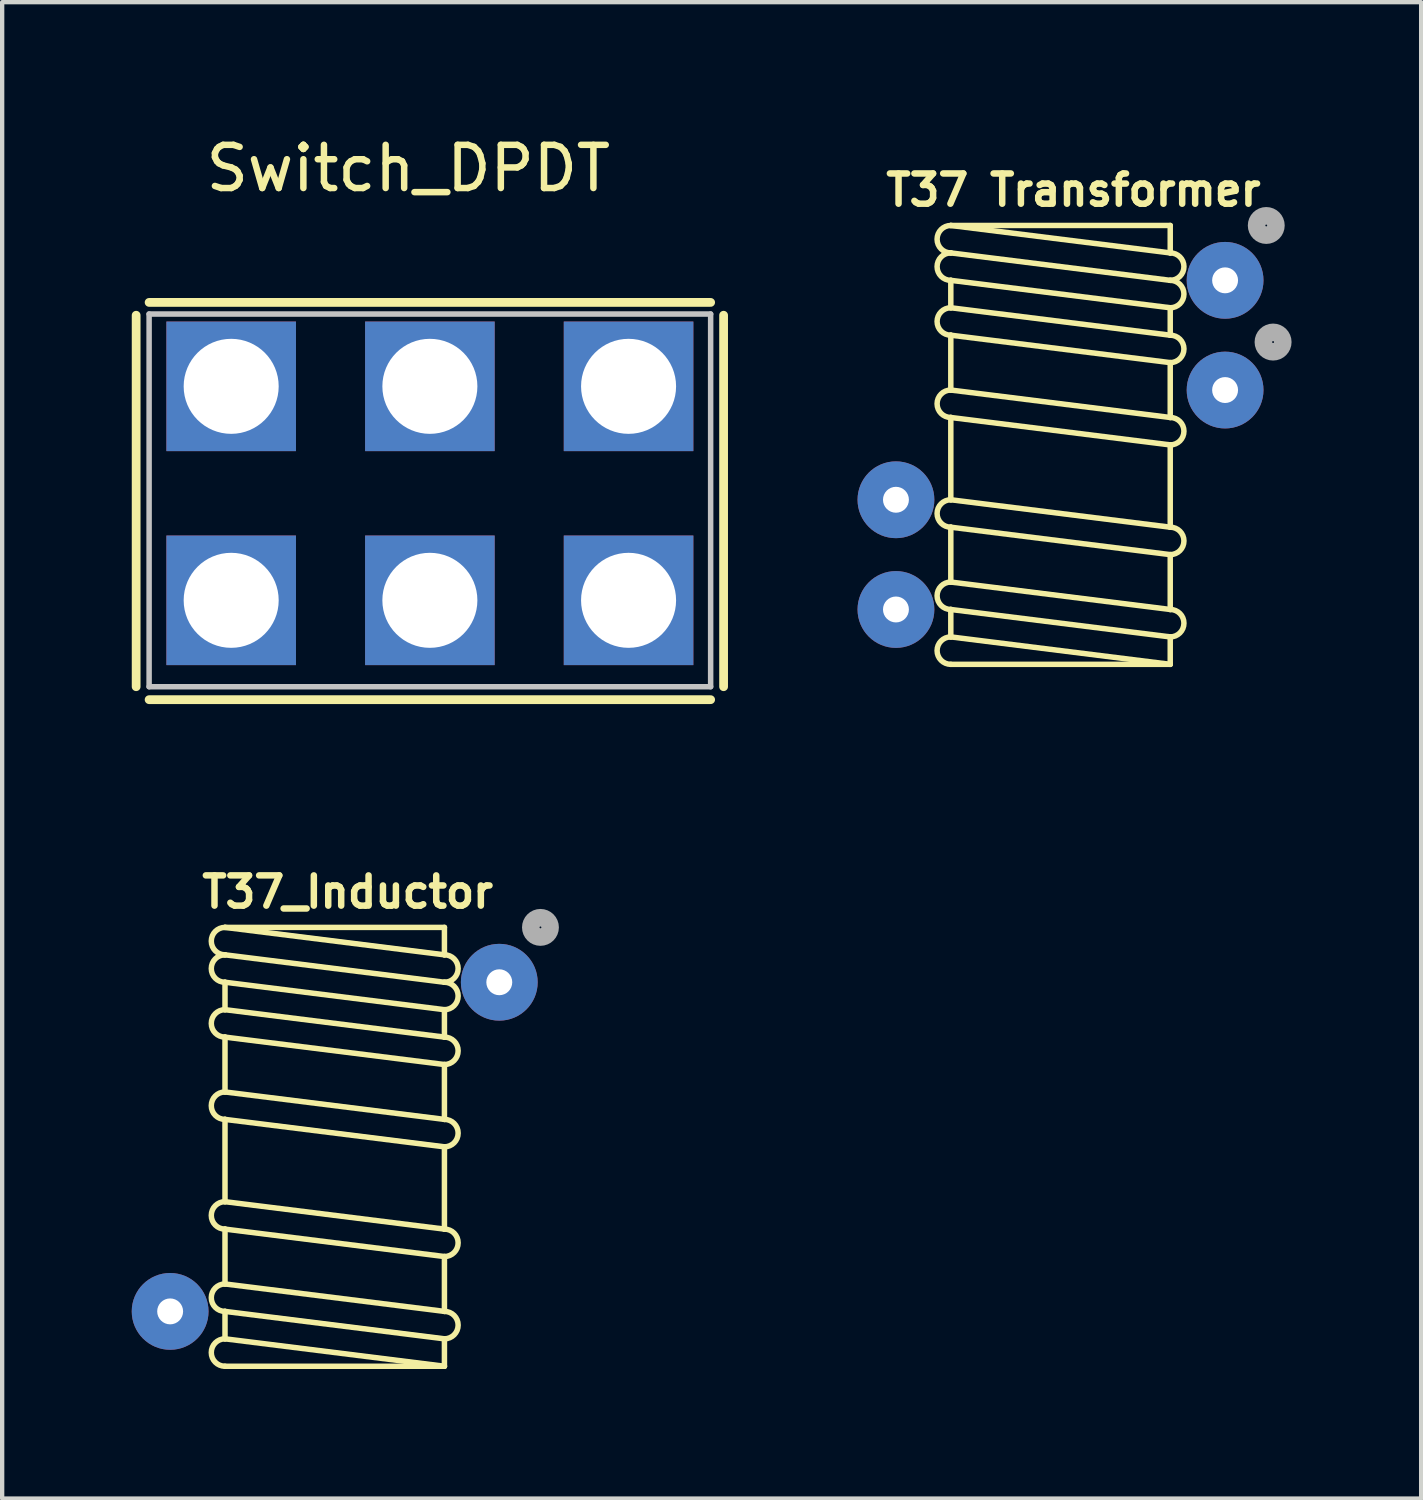
<source format=kicad_pcb>
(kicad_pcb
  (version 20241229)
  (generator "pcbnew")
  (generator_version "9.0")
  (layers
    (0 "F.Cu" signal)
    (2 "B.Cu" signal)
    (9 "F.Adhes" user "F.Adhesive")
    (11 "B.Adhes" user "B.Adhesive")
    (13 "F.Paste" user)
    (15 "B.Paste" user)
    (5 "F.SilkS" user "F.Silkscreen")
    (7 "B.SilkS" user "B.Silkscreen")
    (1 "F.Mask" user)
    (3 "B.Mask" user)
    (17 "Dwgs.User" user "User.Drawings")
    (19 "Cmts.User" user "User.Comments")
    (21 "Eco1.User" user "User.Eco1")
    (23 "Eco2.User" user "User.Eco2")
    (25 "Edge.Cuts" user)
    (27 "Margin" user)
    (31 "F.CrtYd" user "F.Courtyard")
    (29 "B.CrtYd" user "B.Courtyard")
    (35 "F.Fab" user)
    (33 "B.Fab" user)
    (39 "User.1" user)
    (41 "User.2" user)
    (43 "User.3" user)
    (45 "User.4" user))
  (footprint "T37 Transformer"
    (layer "F.Cu")
    (at 21.502 0.25)
    (property "Reference" "T37 Transformer" (at 0.3 1.1 0) (layer "F.SilkS") (effects (font (size 0.7 0.7) (thickness 0.15))))
    (attr through_hole)
    (fp_line (start -2.54 1.92) (end 2.54 2.555) (stroke (width 0.127) (type solid)) (layer "F.SilkS"))
    (fp_line (start -2.54 2.555) (end 2.54 3.19) (stroke (width 0.127) (type solid)) (layer "F.SilkS"))
    (fp_line (start -2.54 3.19) (end -2.54 3.825) (stroke (width 0.127) (type solid)) (layer "F.SilkS"))
    (fp_line (start -2.54 3.19) (end 2.54 3.825) (stroke (width 0.127) (type solid)) (layer "F.SilkS"))
    (fp_line (start -2.54 3.825) (end 2.54 4.46) (stroke (width 0.127) (type solid)) (layer "F.SilkS"))
    (fp_line (start -2.54 4.46) (end -2.54 5.73) (stroke (width 0.127) (type solid)) (layer "F.SilkS"))
    (fp_line (start -2.54 4.46) (end 2.54 5.095) (stroke (width 0.127) (type solid)) (layer "F.SilkS"))
    (fp_line (start -2.54 5.73) (end 2.54 6.365) (stroke (width 0.127) (type solid)) (layer "F.SilkS"))
    (fp_line (start -2.54 6.365) (end -2.54 8.27) (stroke (width 0.127) (type solid)) (layer "F.SilkS"))
    (fp_line (start -2.54 6.365) (end 2.54 7) (stroke (width 0.127) (type solid)) (layer "F.SilkS"))
    (fp_line (start -2.54 8.27) (end 2.54 8.905) (stroke (width 0.127) (type solid)) (layer "F.SilkS"))
    (fp_line (start -2.54 8.905) (end -2.54 10.175) (stroke (width 0.127) (type solid)) (layer "F.SilkS"))
    (fp_line (start -2.54 8.905) (end 2.54 9.54) (stroke (width 0.127) (type solid)) (layer "F.SilkS"))
    (fp_line (start -2.54 10.175) (end 2.54 10.81) (stroke (width 0.127) (type solid)) (layer "F.SilkS"))
    (fp_line (start -2.54 10.81) (end -2.54 11.445) (stroke (width 0.127) (type solid)) (layer "F.SilkS"))
    (fp_line (start -2.54 10.81) (end 2.54 11.445) (stroke (width 0.127) (type solid)) (layer "F.SilkS"))
    (fp_line (start -2.54 11.445) (end 2.54 12.08) (stroke (width 0.127) (type solid)) (layer "F.SilkS"))
    (fp_line (start -2.54 12.08) (end 2.54 12.08) (stroke (width 0.127) (type solid)) (layer "F.SilkS"))
    (fp_line (start 2.54 1.92) (end -2.54 1.92) (stroke (width 0.127) (type solid)) (layer "F.SilkS"))
    (fp_line (start 2.54 2.555) (end 2.54 1.92) (stroke (width 0.127) (type solid)) (layer "F.SilkS"))
    (fp_line (start 2.54 4.46) (end 2.54 3.825) (stroke (width 0.127) (type solid)) (layer "F.SilkS"))
    (fp_line (start 2.54 6.365) (end 2.54 5.095) (stroke (width 0.127) (type solid)) (layer "F.SilkS"))
    (fp_line (start 2.54 8.905) (end 2.54 7) (stroke (width 0.127) (type solid)) (layer "F.SilkS"))
    (fp_line (start 2.54 10.81) (end 2.54 9.54) (stroke (width 0.127) (type solid)) (layer "F.SilkS"))
    (fp_line (start 2.54 12.08) (end 2.54 11.445) (stroke (width 0.127) (type solid)) (layer "F.SilkS"))
    (fp_arc (start -2.54 2.555) (mid -2.8575 2.2375) (end -2.54 1.92) (stroke (width 0.127) (type solid)) (layer "F.SilkS"))
    (fp_arc (start -2.54 3.19) (mid -2.8575 2.8725) (end -2.54 2.555) (stroke (width 0.127) (type solid)) (layer "F.SilkS"))
    (fp_arc (start -2.54 4.46) (mid -2.8575 4.1425) (end -2.54 3.825) (stroke (width 0.127) (type solid)) (layer "F.SilkS"))
    (fp_arc (start -2.54 6.365) (mid -2.8575 6.0475) (end -2.54 5.73) (stroke (width 0.127) (type solid)) (layer "F.SilkS"))
    (fp_arc (start -2.54 8.905) (mid -2.8575 8.5875) (end -2.54 8.27) (stroke (width 0.127) (type solid)) (layer "F.SilkS"))
    (fp_arc (start -2.54 10.81) (mid -2.8575 10.4925) (end -2.54 10.175) (stroke (width 0.127) (type solid)) (layer "F.SilkS"))
    (fp_arc (start -2.54 12.08) (mid -2.8575 11.7625) (end -2.54 11.445) (stroke (width 0.127) (type solid)) (layer "F.SilkS"))
    (fp_arc (start 2.54 2.555) (mid 2.8575 2.8725) (end 2.54 3.19) (stroke (width 0.127) (type solid)) (layer "F.SilkS"))
    (fp_arc (start 2.54 3.19) (mid 2.8575 3.5075) (end 2.54 3.825) (stroke (width 0.127) (type solid)) (layer "F.SilkS"))
    (fp_arc (start 2.54 4.46) (mid 2.8575 4.7775) (end 2.54 5.095) (stroke (width 0.127) (type solid)) (layer "F.SilkS"))
    (fp_arc (start 2.54 6.365) (mid 2.8575 6.6825) (end 2.54 7) (stroke (width 0.127) (type solid)) (layer "F.SilkS"))
    (fp_arc (start 2.54 8.905) (mid 2.8575 9.2225) (end 2.54 9.54) (stroke (width 0.127) (type solid)) (layer "F.SilkS"))
    (fp_arc (start 2.54 10.81) (mid 2.8575 11.1275) (end 2.54 11.445) (stroke (width 0.127) (type solid)) (layer "F.SilkS"))
    (fp_circle (center 4.763 1.92) (end 4.987 1.92) (stroke (width 0.406) (type solid)) (fill no) (layer "F.Fab"))
    (fp_circle (center 4.921 4.619) (end 5.146 4.619) (stroke (width 0.406) (type solid)) (fill no) (layer "F.Fab"))
    (pad "C1A" thru_hole circle (at -3.81 10.81) (size 1.778 1.778) (drill 0.6) (layers "*.Cu" "*.Mask"))
    (pad "C1B" thru_hole circle (at 3.81 5.73) (size 1.778 1.778) (drill 0.6) (layers "*.Cu" "*.Mask"))
    (pad "C2A" thru_hole circle (at -3.81 8.27) (size 1.778 1.778) (drill 0.6) (layers "*.Cu" "*.Mask"))
    (pad "C2B" thru_hole circle (at 3.81 3.19) (size 1.778 1.778) (drill 0.6) (layers "*.Cu" "*.Mask")))
  (footprint "T37_Inductor"
    (layer "F.Cu")
    (at 4.699 16.5)
    (property "Reference" "T37_Inductor" (at 0.3 1.1 0) (layer "F.SilkS") (effects (font (size 0.7 0.7) (thickness 0.15))))
    (attr through_hole)
    (fp_line (start -2.54 1.92) (end 2.54 2.555) (stroke (width 0.127) (type solid)) (layer "F.SilkS"))
    (fp_line (start -2.54 2.555) (end 2.54 3.19) (stroke (width 0.127) (type solid)) (layer "F.SilkS"))
    (fp_line (start -2.54 3.19) (end -2.54 3.825) (stroke (width 0.127) (type solid)) (layer "F.SilkS"))
    (fp_line (start -2.54 3.19) (end 2.54 3.825) (stroke (width 0.127) (type solid)) (layer "F.SilkS"))
    (fp_line (start -2.54 3.825) (end 2.54 4.46) (stroke (width 0.127) (type solid)) (layer "F.SilkS"))
    (fp_line (start -2.54 4.46) (end -2.54 5.73) (stroke (width 0.127) (type solid)) (layer "F.SilkS"))
    (fp_line (start -2.54 4.46) (end 2.54 5.095) (stroke (width 0.127) (type solid)) (layer "F.SilkS"))
    (fp_line (start -2.54 5.73) (end 2.54 6.365) (stroke (width 0.127) (type solid)) (layer "F.SilkS"))
    (fp_line (start -2.54 6.365) (end -2.54 8.27) (stroke (width 0.127) (type solid)) (layer "F.SilkS"))
    (fp_line (start -2.54 6.365) (end 2.54 7) (stroke (width 0.127) (type solid)) (layer "F.SilkS"))
    (fp_line (start -2.54 8.27) (end 2.54 8.905) (stroke (width 0.127) (type solid)) (layer "F.SilkS"))
    (fp_line (start -2.54 8.905) (end -2.54 10.175) (stroke (width 0.127) (type solid)) (layer "F.SilkS"))
    (fp_line (start -2.54 8.905) (end 2.54 9.54) (stroke (width 0.127) (type solid)) (layer "F.SilkS"))
    (fp_line (start -2.54 10.175) (end 2.54 10.81) (stroke (width 0.127) (type solid)) (layer "F.SilkS"))
    (fp_line (start -2.54 10.81) (end -2.54 11.445) (stroke (width 0.127) (type solid)) (layer "F.SilkS"))
    (fp_line (start -2.54 10.81) (end 2.54 11.445) (stroke (width 0.127) (type solid)) (layer "F.SilkS"))
    (fp_line (start -2.54 11.445) (end 2.54 12.08) (stroke (width 0.127) (type solid)) (layer "F.SilkS"))
    (fp_line (start -2.54 12.08) (end 2.54 12.08) (stroke (width 0.127) (type solid)) (layer "F.SilkS"))
    (fp_line (start 2.54 1.92) (end -2.54 1.92) (stroke (width 0.127) (type solid)) (layer "F.SilkS"))
    (fp_line (start 2.54 2.555) (end 2.54 1.92) (stroke (width 0.127) (type solid)) (layer "F.SilkS"))
    (fp_line (start 2.54 4.46) (end 2.54 3.825) (stroke (width 0.127) (type solid)) (layer "F.SilkS"))
    (fp_line (start 2.54 6.365) (end 2.54 5.095) (stroke (width 0.127) (type solid)) (layer "F.SilkS"))
    (fp_line (start 2.54 8.905) (end 2.54 7) (stroke (width 0.127) (type solid)) (layer "F.SilkS"))
    (fp_line (start 2.54 10.81) (end 2.54 9.54) (stroke (width 0.127) (type solid)) (layer "F.SilkS"))
    (fp_line (start 2.54 12.08) (end 2.54 11.445) (stroke (width 0.127) (type solid)) (layer "F.SilkS"))
    (fp_arc (start -2.54 2.555) (mid -2.8575 2.2375) (end -2.54 1.92) (stroke (width 0.127) (type solid)) (layer "F.SilkS"))
    (fp_arc (start -2.54 3.19) (mid -2.8575 2.8725) (end -2.54 2.555) (stroke (width 0.127) (type solid)) (layer "F.SilkS"))
    (fp_arc (start -2.54 4.46) (mid -2.8575 4.1425) (end -2.54 3.825) (stroke (width 0.127) (type solid)) (layer "F.SilkS"))
    (fp_arc (start -2.54 6.365) (mid -2.8575 6.0475) (end -2.54 5.73) (stroke (width 0.127) (type solid)) (layer "F.SilkS"))
    (fp_arc (start -2.54 8.905) (mid -2.8575 8.5875) (end -2.54 8.27) (stroke (width 0.127) (type solid)) (layer "F.SilkS"))
    (fp_arc (start -2.54 10.81) (mid -2.8575 10.4925) (end -2.54 10.175) (stroke (width 0.127) (type solid)) (layer "F.SilkS"))
    (fp_arc (start -2.54 12.08) (mid -2.8575 11.7625) (end -2.54 11.445) (stroke (width 0.127) (type solid)) (layer "F.SilkS"))
    (fp_arc (start 2.54 2.555) (mid 2.8575 2.8725) (end 2.54 3.19) (stroke (width 0.127) (type solid)) (layer "F.SilkS"))
    (fp_arc (start 2.54 3.19) (mid 2.8575 3.5075) (end 2.54 3.825) (stroke (width 0.127) (type solid)) (layer "F.SilkS"))
    (fp_arc (start 2.54 4.46) (mid 2.8575 4.7775) (end 2.54 5.095) (stroke (width 0.127) (type solid)) (layer "F.SilkS"))
    (fp_arc (start 2.54 6.365) (mid 2.8575 6.6825) (end 2.54 7) (stroke (width 0.127) (type solid)) (layer "F.SilkS"))
    (fp_arc (start 2.54 8.905) (mid 2.8575 9.2225) (end 2.54 9.54) (stroke (width 0.127) (type solid)) (layer "F.SilkS"))
    (fp_arc (start 2.54 10.81) (mid 2.8575 11.1275) (end 2.54 11.445) (stroke (width 0.127) (type solid)) (layer "F.SilkS"))
    (fp_circle (center 4.763 1.92) (end 4.987 1.92) (stroke (width 0.406) (type solid)) (fill no) (layer "F.Fab"))
    (pad "1" thru_hole circle (at -3.81 10.81) (size 1.778 1.778) (drill 0.6) (layers "*.Cu" "*.Mask"))
    (pad "2" thru_hole circle (at 3.81 3.19) (size 1.778 1.778) (drill 0.6) (layers "*.Cu" "*.Mask")))
  (footprint "Switch_DPDT"
    (layer "F.Cu")
    (at 6.402 0.348)
    (property "Reference" "Switch_DPDT" (at 0 0.5 0) (layer "F.SilkS") (effects (font (size 1 1) (thickness 0.15))))
    (attr through_hole)
    (fp_line (start -6.3 3.9) (end -6.3 12.5) (stroke (width 0.203) (type solid)) (layer "F.SilkS"))
    (fp_line (start -6 3.603) (end 7 3.603) (stroke (width 0.203) (type solid)) (layer "F.SilkS"))
    (fp_line (start -6 12.8) (end 7 12.8) (stroke (width 0.203) (type solid)) (layer "F.SilkS"))
    (fp_line (start 7.3 3.9) (end 7.3 12.5) (stroke (width 0.203) (type solid)) (layer "F.SilkS"))
    (fp_line (start -6 3.872) (end -6 12.5) (stroke (width 0.127) (type solid)) (layer "Dwgs.User"))
    (fp_line (start -6 12.5) (end 7 12.5) (stroke (width 0.127) (type solid)) (layer "Dwgs.User"))
    (fp_line (start 7 3.872) (end -6 3.872) (stroke (width 0.127) (type solid)) (layer "Dwgs.User"))
    (fp_line (start 7 12.5) (end 7 3.872) (stroke (width 0.127) (type solid)) (layer "Dwgs.User"))
    (pad "1" thru_hole rect (at -4.1 5.546) (size 3 3) (drill 2.2) (layers "*.Cu" "*.Mask"))
    (pad "2" thru_hole rect (at 0.5 5.546) (size 3 3) (drill 2.2) (layers "*.Cu" "*.Mask"))
    (pad "3" thru_hole rect (at 5.1 5.546) (size 3 3) (drill 2.2) (layers "*.Cu" "*.Mask"))
    (pad "4" thru_hole rect (at 5.1 10.5 90) (size 3 3) (drill 2.2) (layers "*.Cu" "*.Mask"))
    (pad "5" thru_hole rect (at 0.5 10.5) (size 3 3) (drill 2.2) (layers "*.Cu" "*.Mask"))
    (pad "6" thru_hole rect (at -4.1 10.5) (size 3 3) (drill 2.2) (layers "*.Cu" "*.Mask")))
  (gr_rect
    (start -3 -3)
    (end 29.851 31.643)
    (stroke (width 0.1) (type default))
    (fill no)
    (layer "Edge.Cuts")))
</source>
